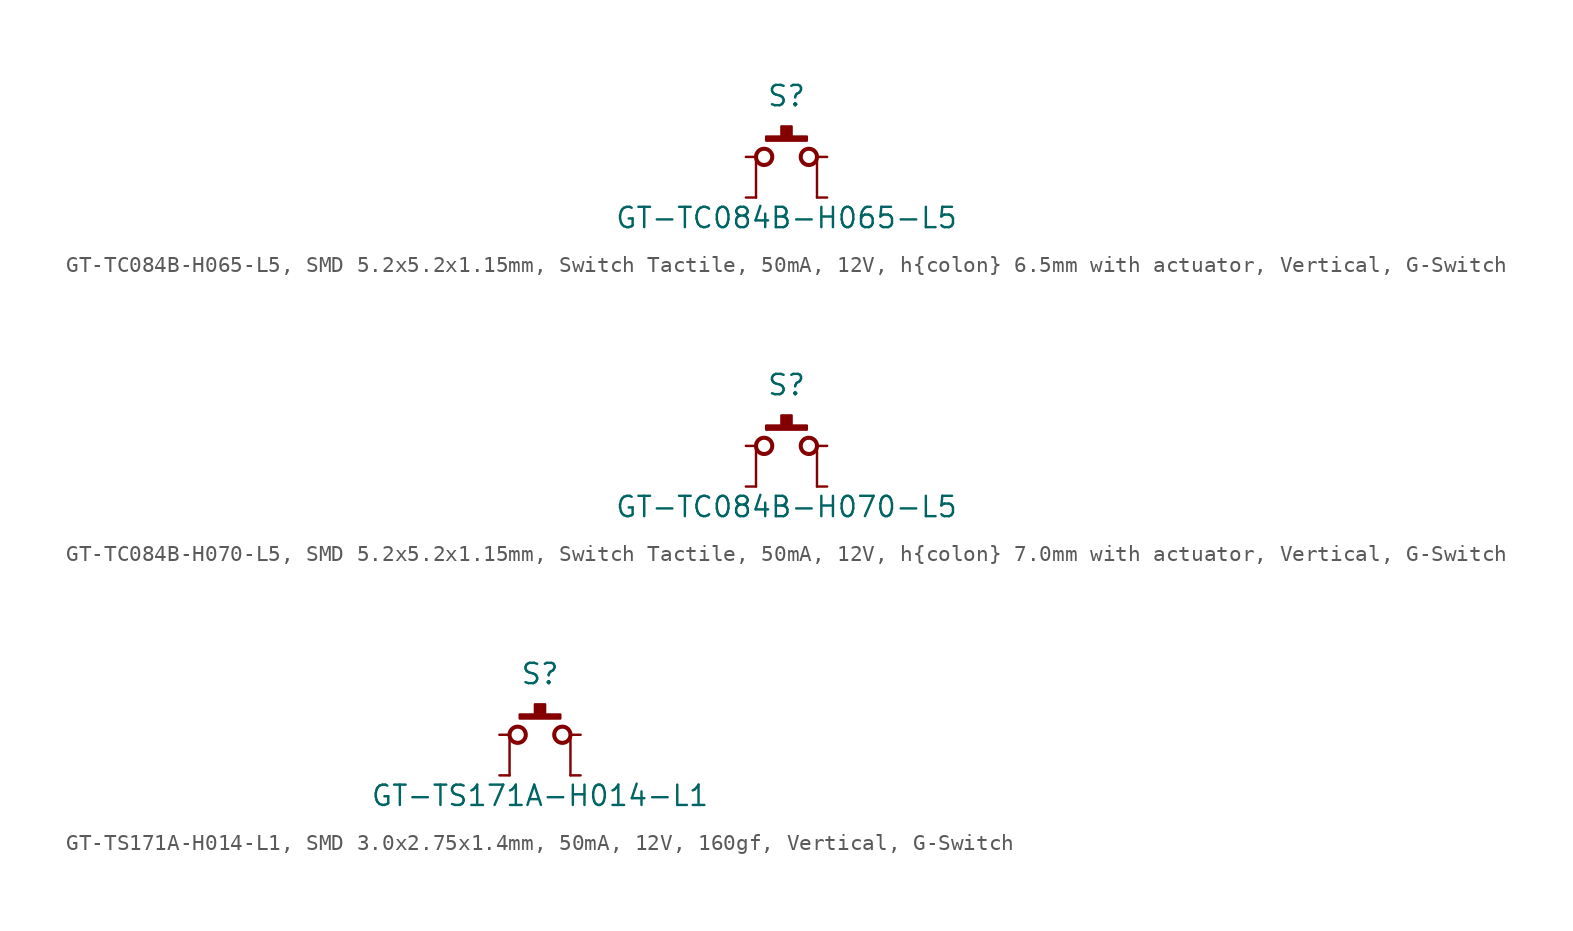
<source format=kicad_sym>
(kicad_symbol_lib
  (version 20241209)
  (generator "kicad_symbol_editor")
  (generator_version "9.0")
  (symbol "GT-TC084B-H065-L5, SMD 5.2x5.2x1.15mm, Switch Tactile, 50mA, 12V, h{colon} 6.5mm with actuator, Vertical, G-Switch"
    (pin_numbers
      (hide yes))
    (pin_names
      (offset 0)
      (hide yes))
    (property "Reference" "S"
      (at 0 3.81 0)
      (effects (font (size 1.27 1.27))))
    (property "Value" "GT-TC084B-H065-L5"
      (at 0 -3.81 0)
      (effects (font (size 1.27 1.27))))
    (property "Label" ""
      (at 0 0 0)
      (effects (font (size 1.27 1.27) (thickness 0.254) (bold yes))))
    (symbol "GT-TC084B-H065-L5, SMD 5.2x5.2x1.15mm, Switch Tactile, 50mA, 12V, h{colon} 6.5mm with actuator, Vertical, G-Switch_0_1"
      (polyline (pts (xy -1.905 -2.54) (xy -1.905 0)) (stroke (width 0.152) (type default)) (fill (type none)))
      (circle (center -1.397 0) (radius 0.508) (stroke (width 0.254) (type default)) (fill (type none)))
      (rectangle (start -1.27 1.27) (end 1.27 1.016) (stroke (width 0.152) (type default)) (fill (type outline)))
      (rectangle (start -0.318 1.905) (end 0.318 1.27) (stroke (width 0.152) (type default)) (fill (type outline)))
      (circle (center 1.397 0) (radius 0.508) (stroke (width 0.254) (type default)) (fill (type none)))
      (polyline (pts (xy 1.905 -2.54) (xy 1.905 0)) (stroke (width 0.152) (type default)) (fill (type none))))
    (symbol "GT-TC084B-H065-L5, SMD 5.2x5.2x1.15mm, Switch Tactile, 50mA, 12V, h{colon} 6.5mm with actuator, Vertical, G-Switch_1_1"
      (pin passive line (at -2.54 0 0) (length 0.635) (name "A" (effects (font (size 1.27 1.27)))) (number "1" (effects (font (size 1.27 1.27)))))
      (pin passive line (at -2.54 -2.54 0) (length 0.635) (name "A" (effects (font (size 1.27 1.27)))) (number "2" (effects (font (size 1.27 1.27)))))
      (pin passive line (at 2.54 0 180) (length 0.635) (name "B" (effects (font (size 1.27 1.27)))) (number "3" (effects (font (size 1.27 1.27)))))
      (pin passive line (at 2.54 -2.54 180) (length 0.635) (name "B" (effects (font (size 1.27 1.27)))) (number "4" (effects (font (size 1.27 1.27)))))))
  (symbol "GT-TC084B-H070-L5, SMD 5.2x5.2x1.15mm, Switch Tactile, 50mA, 12V, h{colon} 7.0mm with actuator, Vertical, G-Switch"
    (pin_numbers
      (hide yes))
    (pin_names
      (offset 0)
      (hide yes))
    (property "Reference" "S"
      (at 0 3.81 0)
      (effects (font (size 1.27 1.27))))
    (property "Value" "GT-TC084B-H070-L5"
      (at 0 -3.81 0)
      (effects (font (size 1.27 1.27))))
    (property "Label" ""
      (at 0 0 0)
      (effects (font (size 1.27 1.27) (thickness 0.254) (bold yes))))
    (symbol "GT-TC084B-H070-L5, SMD 5.2x5.2x1.15mm, Switch Tactile, 50mA, 12V, h{colon} 7.0mm with actuator, Vertical, G-Switch_0_1"
      (polyline (pts (xy -1.905 -2.54) (xy -1.905 0)) (stroke (width 0.152) (type default)) (fill (type none)))
      (circle (center -1.397 0) (radius 0.508) (stroke (width 0.254) (type default)) (fill (type none)))
      (rectangle (start -1.27 1.27) (end 1.27 1.016) (stroke (width 0.152) (type default)) (fill (type outline)))
      (rectangle (start -0.318 1.905) (end 0.318 1.27) (stroke (width 0.152) (type default)) (fill (type outline)))
      (circle (center 1.397 0) (radius 0.508) (stroke (width 0.254) (type default)) (fill (type none)))
      (polyline (pts (xy 1.905 -2.54) (xy 1.905 0)) (stroke (width 0.152) (type default)) (fill (type none))))
    (symbol "GT-TC084B-H070-L5, SMD 5.2x5.2x1.15mm, Switch Tactile, 50mA, 12V, h{colon} 7.0mm with actuator, Vertical, G-Switch_1_1"
      (pin passive line (at -2.54 0 0) (length 0.635) (name "A" (effects (font (size 1.27 1.27)))) (number "1" (effects (font (size 1.27 1.27)))))
      (pin passive line (at -2.54 -2.54 0) (length 0.635) (name "A" (effects (font (size 1.27 1.27)))) (number "2" (effects (font (size 1.27 1.27)))))
      (pin passive line (at 2.54 0 180) (length 0.635) (name "B" (effects (font (size 1.27 1.27)))) (number "3" (effects (font (size 1.27 1.27)))))
      (pin passive line (at 2.54 -2.54 180) (length 0.635) (name "B" (effects (font (size 1.27 1.27)))) (number "4" (effects (font (size 1.27 1.27)))))))
  (symbol "GT-TS171A-H014-L1, SMD 3.0x2.75x1.4mm, 50mA, 12V, 160gf, Vertical, G-Switch"
    (pin_numbers
      (hide yes))
    (pin_names
      (offset 0)
      (hide yes))
    (property "Reference" "S"
      (at 0 3.81 0)
      (effects (font (size 1.27 1.27))))
    (property "Value" "GT-TS171A-H014-L1"
      (at 0 -3.81 0)
      (effects (font (size 1.27 1.27))))
    (property "Label" ""
      (at 0 0 0)
      (effects (font (size 1.27 1.27) (thickness 0.254) (bold yes))))
    (symbol "GT-TS171A-H014-L1, SMD 3.0x2.75x1.4mm, 50mA, 12V, 160gf, Vertical, G-Switch_0_1"
      (polyline (pts (xy -1.905 -2.54) (xy -1.905 0)) (stroke (width 0.152) (type default)) (fill (type none)))
      (circle (center -1.397 0) (radius 0.508) (stroke (width 0.254) (type default)) (fill (type none)))
      (rectangle (start -1.27 1.27) (end 1.27 1.016) (stroke (width 0.152) (type default)) (fill (type outline)))
      (rectangle (start -0.318 1.905) (end 0.318 1.27) (stroke (width 0.152) (type default)) (fill (type outline)))
      (circle (center 1.397 0) (radius 0.508) (stroke (width 0.254) (type default)) (fill (type none)))
      (polyline (pts (xy 1.905 -2.54) (xy 1.905 0)) (stroke (width 0.152) (type default)) (fill (type none))))
    (symbol "GT-TS171A-H014-L1, SMD 3.0x2.75x1.4mm, 50mA, 12V, 160gf, Vertical, G-Switch_1_1"
      (pin passive line (at -2.54 0 0) (length 0.635) (name "A" (effects (font (size 1.27 1.27)))) (number "1" (effects (font (size 1.27 1.27)))))
      (pin passive line (at -2.54 -2.54 0) (length 0.635) (name "A" (effects (font (size 1.27 1.27)))) (number "3" (effects (font (size 1.27 1.27)))))
      (pin passive line (at 2.54 0 180) (length 0.635) (name "B" (effects (font (size 1.27 1.27)))) (number "2" (effects (font (size 1.27 1.27)))))
      (pin passive line (at 2.54 -2.54 180) (length 0.635) (name "B" (effects (font (size 1.27 1.27)))) (number "4" (effects (font (size 1.27 1.27))))))))
</source>
